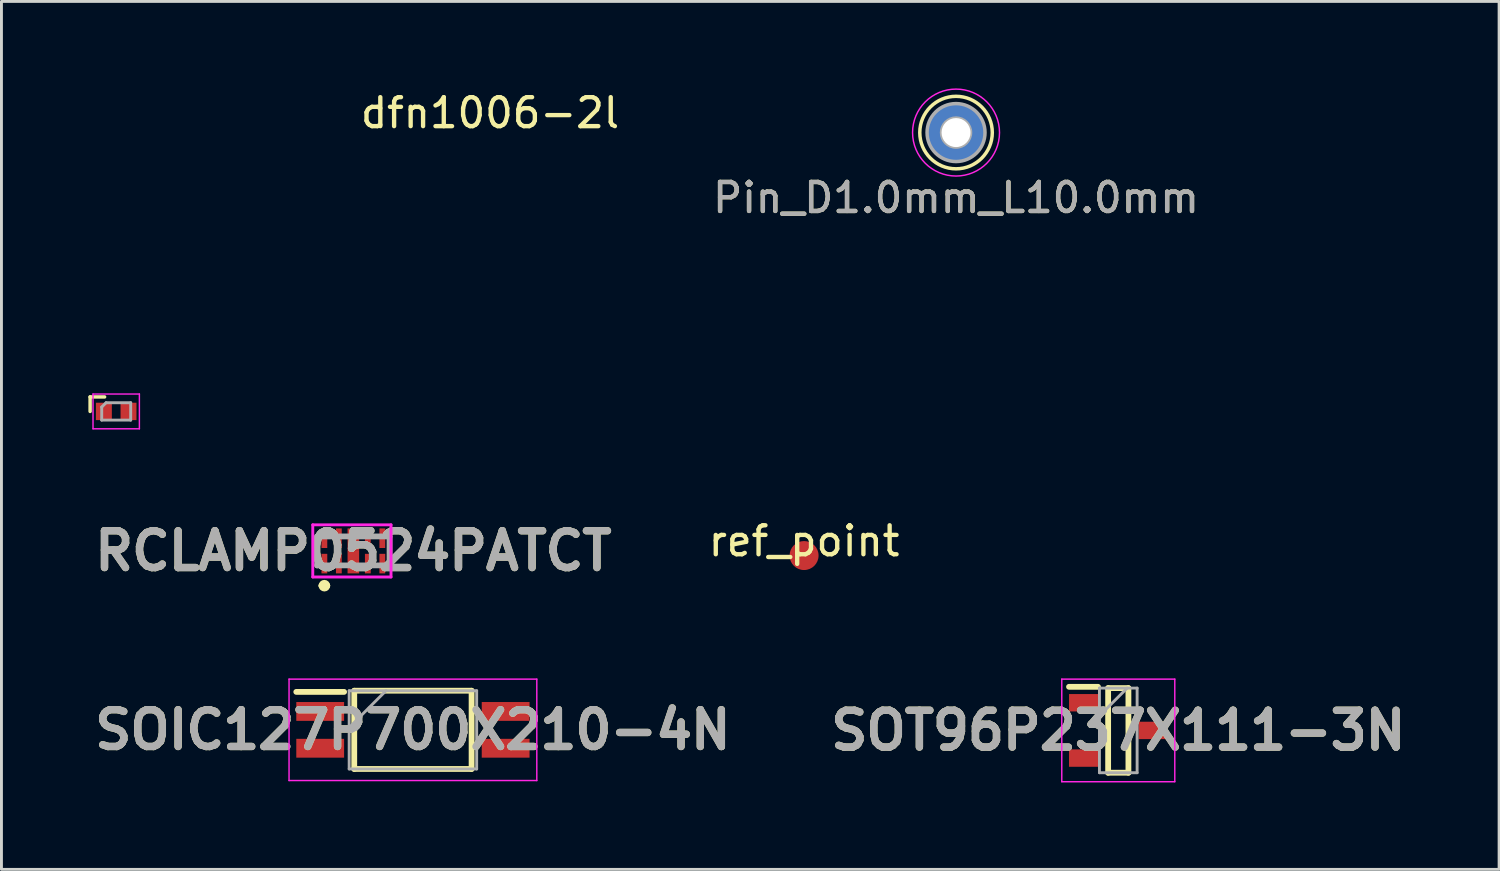
<source format=kicad_pcb>
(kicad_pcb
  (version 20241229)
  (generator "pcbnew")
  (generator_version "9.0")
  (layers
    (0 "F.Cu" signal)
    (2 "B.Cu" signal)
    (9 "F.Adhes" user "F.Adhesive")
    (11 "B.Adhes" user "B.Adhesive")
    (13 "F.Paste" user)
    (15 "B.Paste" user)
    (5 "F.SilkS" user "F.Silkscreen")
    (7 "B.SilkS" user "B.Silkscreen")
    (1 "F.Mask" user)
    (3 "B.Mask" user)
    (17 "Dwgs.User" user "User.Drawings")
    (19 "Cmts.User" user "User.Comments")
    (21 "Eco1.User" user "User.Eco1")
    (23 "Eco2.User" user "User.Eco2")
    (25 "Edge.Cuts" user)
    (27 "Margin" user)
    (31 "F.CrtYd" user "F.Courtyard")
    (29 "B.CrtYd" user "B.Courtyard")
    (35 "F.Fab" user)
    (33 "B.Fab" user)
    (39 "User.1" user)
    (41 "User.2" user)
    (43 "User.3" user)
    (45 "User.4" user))
  (footprint "ref_point"
    (layer "F.Cu")
    (at 24.699 16.122)
    (property "Reference" "ref_point" (at 0 -0.5 0) (unlocked yes) (layer "F.SilkS") (effects (font (size 1 1) (thickness 0.15))))
    (pad "1" smd circle (at 0 0) (size 1 1) (layers "F.Cu" "F.Mask" "F.Paste")))
  (footprint "Pin_D1.0mm_L10.0mm"
    (layer "F.Cu")
    (at 29.943 1.525)
    (property "Reference" "Pin_D1.0mm_L10.0mm" (at 0 2.25 0) (layer "F.SilkS") (effects (font (size 1 1) (thickness 0.15))))
    (attr through_hole)
    (fp_circle (center 0 0) (end 1.25 0.05) (stroke (width 0.12) (type solid)) (fill no) (layer "F.SilkS"))
    (fp_circle (center 0 0) (end 1.5 0) (stroke (width 0.05) (type solid)) (fill no) (layer "F.CrtYd"))
    (fp_circle (center 0 0) (end 0.5 0) (stroke (width 0.12) (type solid)) (fill no) (layer "F.Fab"))
    (fp_circle (center 0 0) (end 1 0) (stroke (width 0.12) (type solid)) (fill no) (layer "F.Fab"))
    (fp_text user "${REFERENCE}" (at 0 2.25 0) (layer "F.Fab") (effects (font (size 1 1) (thickness 0.15))))
    (pad "1" thru_hole circle (at 0 0) (size 2 2) (drill 1) (layers "*.Cu" "*.Mask")))
  (footprint "SOIC127P700X210-4N"
    (layer "F.Cu")
    (at 11.2 22.137)
    (property "Reference" "SOIC127P700X210-4N" (at 0 0 0) (layer "F.SilkS") (effects (font (size 1.27 1.27) (thickness 0.254))))
    (attr smd)
    (fp_line (start -4.025 -1.31) (end -2.375 -1.31) (stroke (width 0.2) (type solid)) (layer "F.SilkS"))
    (fp_line (start -2.025 -1.35) (end 2.025 -1.35) (stroke (width 0.2) (type solid)) (layer "F.SilkS"))
    (fp_line (start -2.025 1.35) (end -2.025 -1.35) (stroke (width 0.2) (type solid)) (layer "F.SilkS"))
    (fp_line (start 2.025 -1.35) (end 2.025 1.35) (stroke (width 0.2) (type solid)) (layer "F.SilkS"))
    (fp_line (start 2.025 1.35) (end -2.025 1.35) (stroke (width 0.2) (type solid)) (layer "F.SilkS"))
    (fp_line (start -4.275 -1.75) (end 4.275 -1.75) (stroke (width 0.05) (type solid)) (layer "F.CrtYd"))
    (fp_line (start -4.275 1.75) (end -4.275 -1.75) (stroke (width 0.05) (type solid)) (layer "F.CrtYd"))
    (fp_line (start 4.275 -1.75) (end 4.275 1.75) (stroke (width 0.05) (type solid)) (layer "F.CrtYd"))
    (fp_line (start 4.275 1.75) (end -4.275 1.75) (stroke (width 0.05) (type solid)) (layer "F.CrtYd"))
    (fp_line (start -2.2 -1.35) (end 2.2 -1.35) (stroke (width 0.1) (type solid)) (layer "F.Fab"))
    (fp_line (start -2.2 -0.08) (end -0.93 -1.35) (stroke (width 0.1) (type solid)) (layer "F.Fab"))
    (fp_line (start -2.2 1.35) (end -2.2 -1.35) (stroke (width 0.1) (type solid)) (layer "F.Fab"))
    (fp_line (start 2.2 -1.35) (end 2.2 1.35) (stroke (width 0.1) (type solid)) (layer "F.Fab"))
    (fp_line (start 2.2 1.35) (end -2.2 1.35) (stroke (width 0.1) (type solid)) (layer "F.Fab"))
    (fp_text user "${REFERENCE}" (at 0 0 0) (layer "F.Fab") (effects (font (size 1.27 1.27) (thickness 0.254))))
    (pad "1" smd rect (at -3.2 -0.635 90) (size 0.65 1.65) (layers "F.Cu" "F.Mask" "F.Paste"))
    (pad "2" smd rect (at -3.2 0.635 90) (size 0.65 1.65) (layers "F.Cu" "F.Mask" "F.Paste"))
    (pad "3" smd rect (at 3.2 0.635 90) (size 0.65 1.65) (layers "F.Cu" "F.Mask" "F.Paste"))
    (pad "4" smd rect (at 3.2 -0.635 90) (size 0.65 1.65) (layers "F.Cu" "F.Mask" "F.Paste")))
  (footprint "dfn1006-2l"
    (layer "F.Cu")
    (at 0.96 11.148)
    (property "Reference" "dfn1006-2l" (at 12.9 -10.3 0) (layer "F.SilkS") (effects (font (size 1 1) (thickness 0.15))))
    (attr through_hole)
    (fp_line (start -0.9 -0.5) (end -0.9 0) (stroke (width 0.12) (type solid)) (layer "F.SilkS"))
    (fp_line (start -0.4 -0.5) (end -0.9 -0.5) (stroke (width 0.12) (type solid)) (layer "F.SilkS"))
    (fp_line (start -0.8 -0.6) (end 0.8 -0.6) (stroke (width 0.05) (type solid)) (layer "F.CrtYd"))
    (fp_line (start -0.8 0.6) (end -0.8 -0.6) (stroke (width 0.05) (type solid)) (layer "F.CrtYd"))
    (fp_line (start 0.8 -0.6) (end 0.8 0.6) (stroke (width 0.05) (type solid)) (layer "F.CrtYd"))
    (fp_line (start 0.8 0.6) (end -0.8 0.6) (stroke (width 0.05) (type solid)) (layer "F.CrtYd"))
    (fp_line (start -0.5 0.3) (end -0.5 -0.15) (stroke (width 0.1) (type solid)) (layer "F.Fab"))
    (fp_line (start -0.35 -0.3) (end -0.5 -0.15) (stroke (width 0.1) (type solid)) (layer "F.Fab"))
    (fp_line (start -0.35 -0.3) (end 0.5 -0.3) (stroke (width 0.1) (type solid)) (layer "F.Fab"))
    (fp_line (start 0.5 -0.3) (end 0.5 0.3) (stroke (width 0.1) (type solid)) (layer "F.Fab"))
    (fp_line (start 0.5 0.3) (end -0.5 0.3) (stroke (width 0.1) (type solid)) (layer "F.Fab"))
    (pad "1" smd rect (at -0.425 0 270) (size 0.6 0.55) (layers "F.Cu" "F.Mask" "F.Paste"))
    (pad "2" smd rect (at 0.425 0 270) (size 0.6 0.55) (layers "F.Cu" "F.Mask" "F.Paste")))
  (footprint "RCLAMP0524PATCT"
    (layer "F.Cu")
    (at 9.144 15.962)
    (property "Reference" "RCLAMP0524PATCT" (at 0 0 0) (layer "F.SilkS") (effects (font (size 1.27 1.27) (thickness 0.254))))
    (attr smd)
    (fp_line (start -1.25 -0.5) (end -1.25 0.5) (stroke (width 0.1) (type solid)) (layer "F.SilkS"))
    (fp_line (start -1.1 1.2) (end -1.1 1.2) (stroke (width 0.2) (type solid)) (layer "F.SilkS"))
    (fp_line (start -0.9 1.2) (end -0.9 1.2) (stroke (width 0.2) (type solid)) (layer "F.SilkS"))
    (fp_line (start 1.25 0.5) (end 1.25 -0.5) (stroke (width 0.1) (type solid)) (layer "F.SilkS"))
    (fp_arc (start -1.1 1.2) (mid -1 1.1) (end -0.9 1.2) (stroke (width 0.2) (type solid)) (layer "F.SilkS"))
    (fp_arc (start -0.9 1.2) (mid -1 1.3) (end -1.1 1.2) (stroke (width 0.2) (type solid)) (layer "F.SilkS"))
    (fp_line (start -1.4 -0.9) (end 1.3 -0.9) (stroke (width 0.1) (type solid)) (layer "F.CrtYd"))
    (fp_line (start -1.4 0.9) (end -1.4 -0.9) (stroke (width 0.1) (type solid)) (layer "F.CrtYd"))
    (fp_line (start 1.3 -0.9) (end 1.3 0.9) (stroke (width 0.1) (type solid)) (layer "F.CrtYd"))
    (fp_line (start 1.3 0.9) (end -1.4 0.9) (stroke (width 0.1) (type solid)) (layer "F.CrtYd"))
    (fp_line (start -1.25 -0.5) (end 1.25 -0.5) (stroke (width 0.2) (type solid)) (layer "F.Fab"))
    (fp_line (start -1.25 0.5) (end -1.25 -0.5) (stroke (width 0.2) (type solid)) (layer "F.Fab"))
    (fp_line (start 1.25 -0.5) (end 1.25 0.5) (stroke (width 0.2) (type solid)) (layer "F.Fab"))
    (fp_line (start 1.25 0.5) (end -1.25 0.5) (stroke (width 0.2) (type solid)) (layer "F.Fab"))
    (fp_text user "${REFERENCE}" (at 0 0 0) (layer "F.Fab") (effects (font (size 1.27 1.27) (thickness 0.254))))
    (pad "1" smd rect (at -1 0.438) (size 0.2 0.675) (layers "F.Cu" "F.Mask" "F.Paste"))
    (pad "2" smd rect (at -0.5 0.438) (size 0.2 0.675) (layers "F.Cu" "F.Mask" "F.Paste"))
    (pad "3" smd rect (at 0 0.388) (size 0.4 0.775) (layers "F.Cu" "F.Mask" "F.Paste"))
    (pad "4" smd rect (at 0.5 0.438) (size 0.2 0.675) (layers "F.Cu" "F.Mask" "F.Paste"))
    (pad "5" smd rect (at 1 0.438) (size 0.2 0.675) (layers "F.Cu" "F.Mask" "F.Paste"))
    (pad "6" smd rect (at 1 -0.438) (size 0.2 0.675) (layers "F.Cu" "F.Mask" "F.Paste"))
    (pad "7" smd rect (at 0.5 -0.438) (size 0.2 0.675) (layers "F.Cu" "F.Mask" "F.Paste"))
    (pad "8" smd rect (at 0 -0.388) (size 0.4 0.775) (layers "F.Cu" "F.Mask" "F.Paste"))
    (pad "9" smd rect (at -0.5 -0.438) (size 0.2 0.675) (layers "F.Cu" "F.Mask" "F.Paste"))
    (pad "10" smd rect (at -1 -0.438) (size 0.2 0.675) (layers "F.Cu" "F.Mask" "F.Paste")))
  (footprint "SOT96P237X111-3N"
    (layer "F.Cu")
    (at 35.542 22.157)
    (property "Reference" "SOT96P237X111-3N" (at 0 0 0) (layer "F.SilkS") (effects (font (size 1.27 1.27) (thickness 0.254))))
    (attr smd)
    (fp_line (start -1.7 -1.505) (end -0.7 -1.505) (stroke (width 0.2) (type solid)) (layer "F.SilkS"))
    (fp_line (start -0.35 -1.46) (end 0.35 -1.46) (stroke (width 0.2) (type solid)) (layer "F.SilkS"))
    (fp_line (start -0.35 1.46) (end -0.35 -1.46) (stroke (width 0.2) (type solid)) (layer "F.SilkS"))
    (fp_line (start 0.35 -1.46) (end 0.35 1.46) (stroke (width 0.2) (type solid)) (layer "F.SilkS"))
    (fp_line (start 0.35 1.46) (end -0.35 1.46) (stroke (width 0.2) (type solid)) (layer "F.SilkS"))
    (fp_line (start -1.95 -1.77) (end 1.95 -1.77) (stroke (width 0.05) (type solid)) (layer "F.CrtYd"))
    (fp_line (start -1.95 1.77) (end -1.95 -1.77) (stroke (width 0.05) (type solid)) (layer "F.CrtYd"))
    (fp_line (start 1.95 -1.77) (end 1.95 1.77) (stroke (width 0.05) (type solid)) (layer "F.CrtYd"))
    (fp_line (start 1.95 1.77) (end -1.95 1.77) (stroke (width 0.05) (type solid)) (layer "F.CrtYd"))
    (fp_line (start -0.65 -1.46) (end 0.65 -1.46) (stroke (width 0.1) (type solid)) (layer "F.Fab"))
    (fp_line (start -0.65 -0.505) (end 0.305 -1.46) (stroke (width 0.1) (type solid)) (layer "F.Fab"))
    (fp_line (start -0.65 1.46) (end -0.65 -1.46) (stroke (width 0.1) (type solid)) (layer "F.Fab"))
    (fp_line (start 0.65 -1.46) (end 0.65 1.46) (stroke (width 0.1) (type solid)) (layer "F.Fab"))
    (fp_line (start 0.65 1.46) (end -0.65 1.46) (stroke (width 0.1) (type solid)) (layer "F.Fab"))
    (fp_text user "${REFERENCE}" (at 0 0 0) (layer "F.Fab") (effects (font (size 1.27 1.27) (thickness 0.254))))
    (pad "1" smd rect (at -1.2 -0.955 90) (size 0.6 1) (layers "F.Cu" "F.Mask" "F.Paste"))
    (pad "2" smd rect (at -1.2 0.955 90) (size 0.6 1) (layers "F.Cu" "F.Mask" "F.Paste"))
    (pad "3" smd rect (at 1.2 0 90) (size 0.6 1) (layers "F.Cu" "F.Mask" "F.Paste")))
  (gr_rect
    (start -3 -3)
    (end 48.684 26.952)
    (stroke (width 0.1) (type default))
    (fill no)
    (layer "Edge.Cuts")))
</source>
